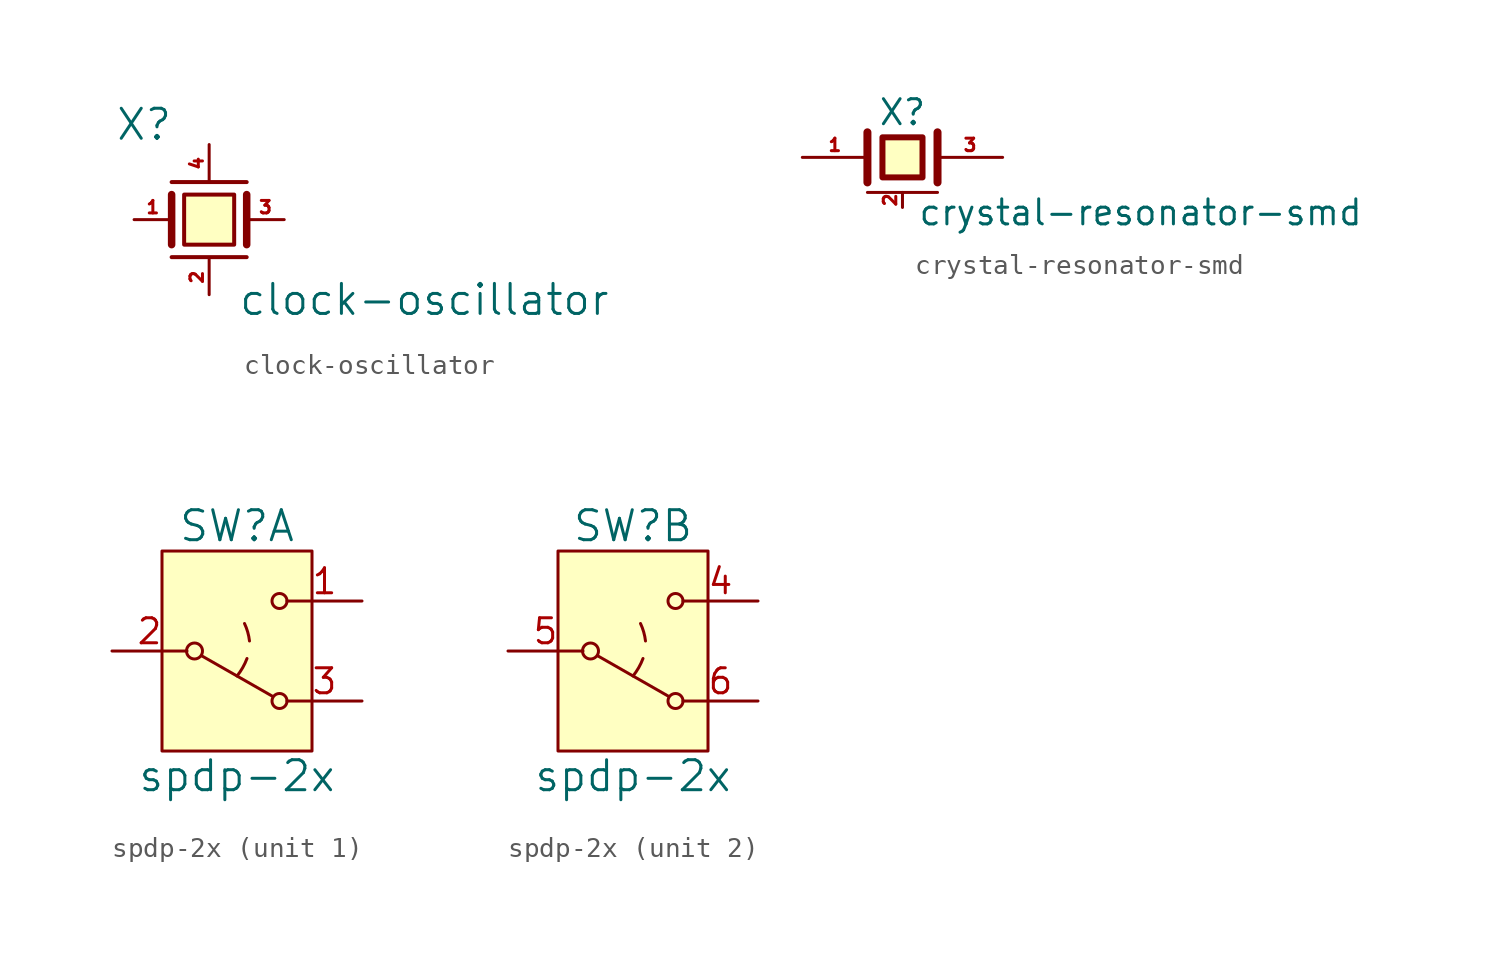
<source format=kicad_sym>
(kicad_symbol_lib
  (version 20231120)
  (generator "kicad_symbol_editor")
  (generator_version "8.0")
  (symbol "clock-oscillator"
    (pin_names
      (offset 1.016))
    (property "Reference" "X"
      (at -3.302 4.826 0)
      (effects (font (size 1.524 1.524))))
    (property "Value" "clock-oscillator"
      (at 10.922 -4.064 0)
      (effects (font (size 1.524 1.524))))
    (property "Footprint" ""
      (at 0 0 0)
      (effects (font (size 1.524 1.524))))
    (property "Datasheet" ""
      (at 0 0 0)
      (effects (font (size 1.524 1.524))))
    (symbol "clock-oscillator_0_1"
      (rectangle (start -1.27 1.27) (end 1.27 -1.27) (stroke (width 0.203) (type default)) (fill (type background)))
      (polyline (pts (xy -1.905 1.27) (xy -1.905 -1.27)) (stroke (width 0.381) (type default)) (fill (type none)))
      (polyline (pts (xy 1.905 1.27) (xy 1.905 -1.27)) (stroke (width 0.381) (type default)) (fill (type none)))
      (polyline (pts (xy -1.905 -1.905) (xy 0 -1.905) (xy 1.905 -1.905)) (stroke (width 0.203) (type default)) (fill (type none)))
      (polyline (pts (xy -1.905 1.905) (xy 0 1.905) (xy 1.905 1.905)) (stroke (width 0.203) (type default)) (fill (type none))))
    (symbol "clock-oscillator_1_1"
      (pin input line (at -3.81 0 0) (length 1.905) (name "~" (effects (font (size 0.635 0.635)))) (number "1" (effects (font (size 0.635 0.635)))))
      (pin power_in line (at 0 -3.81 90) (length 1.778) (name "~" (effects (font (size 1.27 1.27)))) (number "2" (effects (font (size 0.635 0.635)))))
      (pin input line (at 3.81 0 180) (length 1.905) (name "~" (effects (font (size 0.254 0.254)))) (number "3" (effects (font (size 0.635 0.635)))))
      (pin power_in line (at 0 3.81 270) (length 1.905) (name "~" (effects (font (size 1.27 1.27)))) (number "4" (effects (font (size 0.635 0.635)))))))
  (symbol "crystal-resonator-smd"
    (pin_names
      (offset 1.016) hide)
    (property "Reference" "X"
      (at 0 2.286 0)
      (effects (font (size 1.27 1.27))))
    (property "Value" "crystal-resonator-smd"
      (at 0.762 -2.794 0)
      (effects (font (size 1.27 1.27)) (justify left)))
    (property "Footprint" ""
      (at 0 0 0)
      (effects (font (size 1.524 1.524))))
    (property "Datasheet" ""
      (at 0 0 0)
      (effects (font (size 1.524 1.524))))
    (symbol "crystal-resonator-smd_0_1"
      (polyline (pts (xy -1.778 -1.778) (xy 1.778 -1.778)) (stroke (width 0) (type default)) (fill (type none)))
      (polyline (pts (xy -1.778 1.27) (xy -1.778 -1.27)) (stroke (width 0.406) (type default)) (fill (type none)))
      (polyline (pts (xy 1.778 1.27) (xy 1.778 -1.27)) (stroke (width 0.406) (type default)) (fill (type none)))
      (polyline (pts (xy -1.016 1.016) (xy 1.016 1.016) (xy 1.016 -1.016) (xy -1.016 -1.016) (xy -1.016 1.016)) (stroke (width 0.305) (type default)) (fill (type background))))
    (symbol "crystal-resonator-smd_1_1"
      (pin passive line (at -5.08 0 0) (length 3.302) (name "1" (effects (font (size 0.508 0.508)))) (number "1" (effects (font (size 0.635 0.635)))))
      (pin passive line (at 0 -2.54 90) (length 0.762) (name "gnd" (effects (font (size 0.508 0.508)))) (number "2" (effects (font (size 0.635 0.635)))))
      (pin passive line (at 5.08 0 180) (length 3.302) (name "3" (effects (font (size 0.508 0.508)))) (number "3" (effects (font (size 0.635 0.635)))))))
  (symbol "spdp-2x"
    (pin_names
      (offset 1.016))
    (property "Reference" "SW"
      (at 0 6.35 0)
      (effects (font (size 1.524 1.524))))
    (property "Value" "spdp-2x"
      (at 0 -6.35 0)
      (effects (font (size 1.524 1.524))))
    (property "Footprint" ""
      (at 0 0 0)
      (effects (font (size 1.524 1.524))))
    (property "Datasheet" ""
      (at 0 0 0)
      (effects (font (size 1.524 1.524))))
    (symbol "spdp-2x_0_1"
      (rectangle (start -3.81 5.08) (end 3.81 -5.08) (stroke (width 0) (type default)) (fill (type background)))
      (circle (center -2.159 0) (radius 0.406) (stroke (width 0) (type default)) (fill (type none)))
      (arc (start 0 -1.27) (mid 0.2893 -0.846) (end 0.508 -0.381) (stroke (width 0) (type default)) (fill (type none)))
      (polyline (pts (xy -1.778 -0.254) (xy 1.778 -2.286)) (stroke (width 0) (type default)) (fill (type none)))
      (arc (start 0.635 0.508) (mid 0.5444 0.9629) (end 0.381 1.397) (stroke (width 0) (type default)) (fill (type none)))
      (circle (center 2.159 -2.54) (radius 0.381) (stroke (width 0) (type default)) (fill (type none)))
      (circle (center 2.159 2.54) (radius 0.381) (stroke (width 0) (type default)) (fill (type none))))
    (symbol "spdp-2x_1_1"
      (pin passive line (at 6.35 2.54 180) (length 3.81) (name "~" (effects (font (size 1.27 1.27)))) (number "1" (effects (font (size 1.27 1.27)))))
      (pin passive line (at -6.35 0 0) (length 3.81) (name "~" (effects (font (size 1.27 1.27)))) (number "2" (effects (font (size 1.27 1.27)))))
      (pin passive line (at 6.35 -2.54 180) (length 3.81) (name "~" (effects (font (size 1.27 1.27)))) (number "3" (effects (font (size 1.27 1.27))))))
    (symbol "spdp-2x_2_1"
      (pin passive line (at 6.35 2.54 180) (length 3.81) (name "~" (effects (font (size 1.27 1.27)))) (number "4" (effects (font (size 1.27 1.27)))))
      (pin passive line (at -6.35 0 0) (length 3.81) (name "~" (effects (font (size 1.27 1.27)))) (number "5" (effects (font (size 1.27 1.27)))))
      (pin passive line (at 6.35 -2.54 180) (length 3.81) (name "~" (effects (font (size 1.27 1.27)))) (number "6" (effects (font (size 1.27 1.27))))))))
</source>
